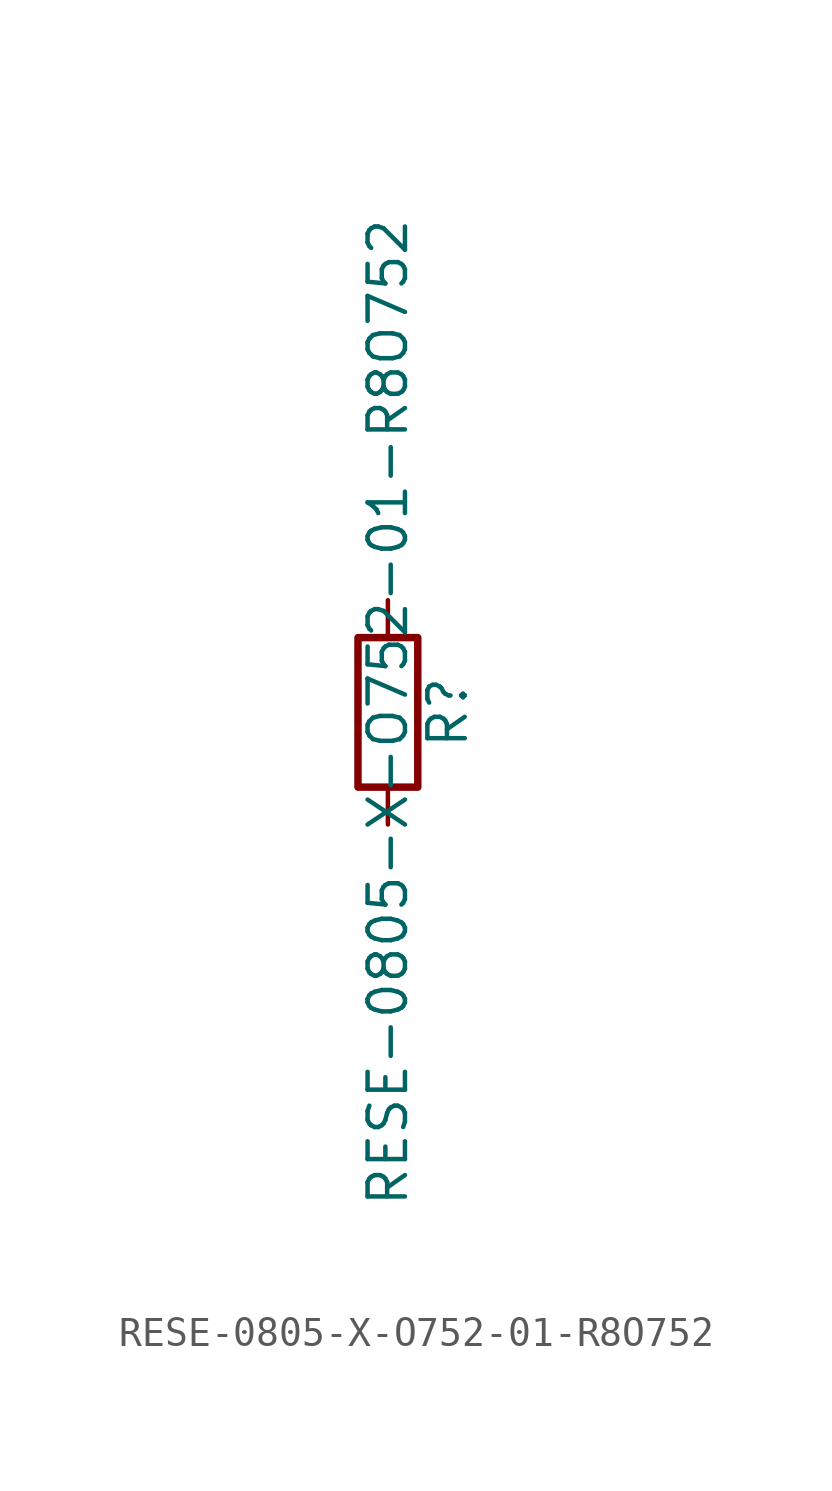
<source format=kicad_sym>
(kicad_symbol_lib
  (version 20211014)
  (generator kicad_symbol_editor)
  (symbol "RESE-0805-X-O752-01-R8O752"
    (pin_numbers hide)
    (pin_names
      (offset 0))
    (property "Reference" "R"
      (at 2.032 0 90)
      (effects (font (size 1.27 1.27))))
    (property "Value" "RESE-0805-X-O752-01-R8O752"
      (at 0 0 90)
      (effects (font (size 1.27 1.27))))
    (symbol "RESE-0805-X-O752-01-R8O752_0_1"
      (rectangle (start -1.016 -2.54) (end 1.016 2.54) (stroke (width 0.254) (type default) (color 0 0 0 0)) (fill (type none))))
    (symbol "RESE-0805-X-O752-01-R8O752_1_1"
      (pin passive line (at 0 3.81 270) (length 1.27) (name "~" (effects (font (size 1.27 1.27)))) (number "1" (effects (font (size 1.27 1.27)))))
      (pin passive line (at 0 -3.81 90) (length 1.27) (name "~" (effects (font (size 1.27 1.27)))) (number "2" (effects (font (size 1.27 1.27))))))))
</source>
